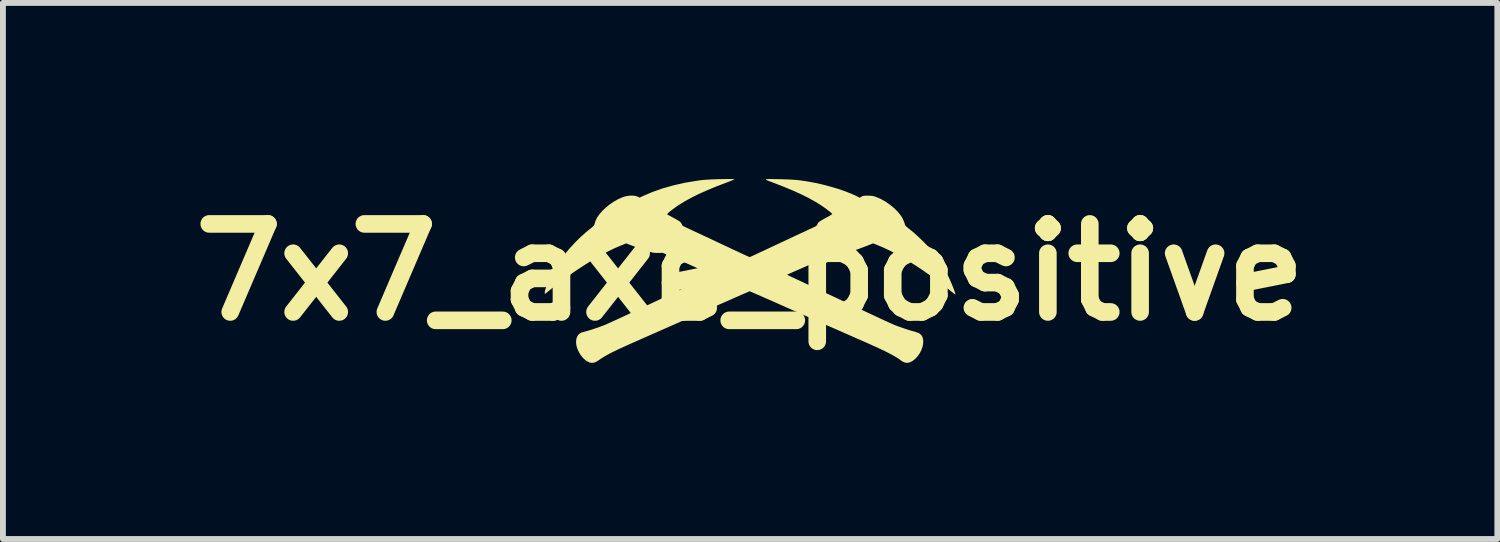
<source format=kicad_pcb>
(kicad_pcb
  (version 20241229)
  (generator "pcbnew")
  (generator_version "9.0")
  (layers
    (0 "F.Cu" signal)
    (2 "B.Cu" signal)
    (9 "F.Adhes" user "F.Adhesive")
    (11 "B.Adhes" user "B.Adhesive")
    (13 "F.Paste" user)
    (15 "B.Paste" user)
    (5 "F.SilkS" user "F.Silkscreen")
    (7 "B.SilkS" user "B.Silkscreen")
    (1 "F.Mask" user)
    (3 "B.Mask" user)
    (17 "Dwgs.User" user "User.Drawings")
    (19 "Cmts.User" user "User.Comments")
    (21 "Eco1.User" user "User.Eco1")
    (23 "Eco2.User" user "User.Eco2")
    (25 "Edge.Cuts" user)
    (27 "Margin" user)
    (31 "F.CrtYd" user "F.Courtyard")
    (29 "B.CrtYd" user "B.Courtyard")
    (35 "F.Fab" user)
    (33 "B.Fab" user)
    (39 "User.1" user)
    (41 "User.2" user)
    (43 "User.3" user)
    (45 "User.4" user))
  (footprint "7x7_axe_positive"
    (layer "F.Cu")
    (at 9.729 1.586)
    (property "Reference" "7x7_axe_positive" (at 0 0 0) (layer "F.SilkS") (effects (font (size 1.5 1.5) (thickness 0.3))))
    (attr board_only exclude_from_pos_files exclude_from_bom)
    (fp_poly (pts (xy -0.332 -1.586) (xy -0.299 -1.585) (xy -0.277 -1.584) (xy -0.268 -1.582) (xy -0.268 -1.581) (xy -0.278 -1.576) (xy -0.299 -1.567) (xy -0.331 -1.554) (xy -0.371 -1.538) (xy -0.418 -1.52) (xy -0.447 -1.509) (xy -0.605 -1.448) (xy -0.749 -1.388) (xy -0.88 -1.329) (xy -0.998 -1.27) (xy -1.105 -1.212) (xy -1.202 -1.152) (xy -1.229 -1.135) (xy -1.279 -1.1) (xy -1.323 -1.068) (xy -1.359 -1.04) (xy -1.388 -1.016) (xy -1.406 -0.998) (xy -1.413 -0.986) (xy -1.412 -0.983) (xy -1.403 -0.978) (xy -1.383 -0.967) (xy -1.354 -0.951) (xy -1.319 -0.932) (xy -1.295 -0.919) (xy -1.254 -0.896) (xy -1.223 -0.878) (xy -1.202 -0.864) (xy -1.187 -0.851) (xy -1.177 -0.839) (xy -1.169 -0.825) (xy -1.168 -0.824) (xy -1.149 -0.788) (xy -0.786 -0.618) (xy -0.664 -0.561) (xy -0.556 -0.51) (xy -0.46 -0.465) (xy -0.376 -0.426) (xy -0.303 -0.391) (xy -0.24 -0.362) (xy -0.186 -0.337) (xy -0.142 -0.316) (xy -0.105 -0.299) (xy -0.076 -0.286) (xy -0.053 -0.275) (xy -0.035 -0.268) (xy -0.023 -0.262) (xy -0.015 -0.259) (xy -0.01 -0.257) (xy -0.008 -0.257) (xy 0.000295 -0.26) (xy 0.021 -0.269) (xy 0.054 -0.284) (xy 0.097 -0.304) (xy 0.15 -0.329) (xy 0.212 -0.357) (xy 0.281 -0.39) (xy 0.356 -0.425) (xy 0.437 -0.463) (xy 0.521 -0.502) (xy 0.522 -0.503) (xy 0.608 -0.543) (xy 0.691 -0.582) (xy 0.769 -0.619) (xy 0.842 -0.653) (xy 0.908 -0.683) (xy 0.965 -0.71) (xy 1.014 -0.733) (xy 1.052 -0.75) (xy 1.078 -0.763) (xy 1.091 -0.768) (xy 1.118 -0.782) (xy 1.134 -0.795) (xy 1.143 -0.81) (xy 1.144 -0.813) (xy 1.15 -0.828) (xy 1.159 -0.841) (xy 1.172 -0.855) (xy 1.193 -0.869) (xy 1.222 -0.887) (xy 1.262 -0.91) (xy 1.293 -0.927) (xy 1.33 -0.947) (xy 1.36 -0.964) (xy 1.383 -0.978) (xy 1.396 -0.987) (xy 1.398 -0.99) (xy 1.39 -1) (xy 1.371 -1.017) (xy 1.344 -1.04) (xy 1.31 -1.066) (xy 1.272 -1.094) (xy 1.231 -1.123) (xy 1.206 -1.14) (xy 1.105 -1.202) (xy 0.99 -1.266) (xy 0.859 -1.331) (xy 0.714 -1.396) (xy 0.554 -1.462) (xy 0.389 -1.526) (xy 0.343 -1.543) (xy 0.307 -1.557) (xy 0.282 -1.567) (xy 0.269 -1.575) (xy 0.268 -1.58) (xy 0.279 -1.584) (xy 0.304 -1.585) (xy 0.343 -1.586) (xy 0.396 -1.585) (xy 0.463 -1.584) (xy 0.475 -1.584) (xy 0.567 -1.582) (xy 0.648 -1.579) (xy 0.721 -1.575) (xy 0.79 -1.57) (xy 0.859 -1.562) (xy 0.931 -1.552) (xy 1.011 -1.539) (xy 1.031 -1.535) (xy 1.141 -1.514) (xy 1.256 -1.487) (xy 1.372 -1.456) (xy 1.487 -1.422) (xy 1.596 -1.385) (xy 1.698 -1.346) (xy 1.789 -1.307) (xy 1.829 -1.287) (xy 1.866 -1.268) (xy 1.896 -1.286) (xy 1.911 -1.294) (xy 1.928 -1.299) (xy 1.949 -1.302) (xy 1.979 -1.303) (xy 2.007 -1.303) (xy 2.048 -1.302) (xy 2.08 -1.299) (xy 2.107 -1.293) (xy 2.136 -1.284) (xy 2.147 -1.28) (xy 2.226 -1.246) (xy 2.303 -1.203) (xy 2.377 -1.152) (xy 2.445 -1.097) (xy 2.506 -1.038) (xy 2.557 -0.977) (xy 2.597 -0.915) (xy 2.621 -0.86) (xy 2.63 -0.834) (xy 2.636 -0.812) (xy 2.638 -0.802) (xy 2.644 -0.793) (xy 2.66 -0.777) (xy 2.685 -0.756) (xy 2.714 -0.732) (xy 2.721 -0.727) (xy 2.759 -0.697) (xy 2.804 -0.658) (xy 2.854 -0.612) (xy 2.907 -0.562) (xy 2.96 -0.51) (xy 3.01 -0.459) (xy 3.055 -0.412) (xy 3.091 -0.37) (xy 3.105 -0.354) (xy 3.156 -0.287) (xy 3.21 -0.209) (xy 3.264 -0.126) (xy 3.314 -0.043) (xy 3.357 0.037) (xy 3.376 0.073) (xy 3.395 0.113) (xy 3.414 0.157) (xy 3.434 0.202) (xy 3.452 0.247) (xy 3.468 0.288) (xy 3.481 0.325) (xy 3.491 0.354) (xy 3.496 0.373) (xy 3.496 0.381) (xy 3.496 0.381) (xy 3.489 0.377) (xy 3.471 0.364) (xy 3.446 0.344) (xy 3.413 0.319) (xy 3.376 0.289) (xy 3.365 0.281) (xy 3.221 0.169) (xy 3.076 0.063) (xy 2.932 -0.038) (xy 2.79 -0.131) (xy 2.651 -0.217) (xy 2.517 -0.294) (xy 2.389 -0.362) (xy 2.268 -0.419) (xy 2.175 -0.458) (xy 2.095 -0.49) (xy 1.956 -0.436) (xy 1.884 -0.409) (xy 1.824 -0.387) (xy 1.774 -0.369) (xy 1.733 -0.356) (xy 1.697 -0.346) (xy 1.666 -0.339) (xy 1.636 -0.334) (xy 1.605 -0.331) (xy 1.572 -0.33) (xy 1.564 -0.329) (xy 1.466 -0.327) (xy 1.21 -0.213) (xy 1.142 -0.183) (xy 1.07 -0.152) (xy 0.998 -0.12) (xy 0.93 -0.09) (xy 0.868 -0.062) (xy 0.815 -0.039) (xy 0.794 -0.03) (xy 0.747 -0.01) (xy 0.706 0.009) (xy 0.672 0.024) (xy 0.647 0.035) (xy 0.633 0.042) (xy 0.631 0.043) (xy 0.636 0.048) (xy 0.652 0.056) (xy 0.675 0.068) (xy 0.678 0.069) (xy 0.698 0.078) (xy 0.73 0.093) (xy 0.771 0.112) (xy 0.819 0.135) (xy 0.872 0.159) (xy 0.922 0.183) (xy 1.118 0.275) (xy 1.301 0.361) (xy 1.47 0.44) (xy 1.625 0.513) (xy 1.766 0.579) (xy 1.894 0.639) (xy 2.009 0.693) (xy 2.111 0.74) (xy 2.199 0.782) (xy 2.275 0.817) (xy 2.337 0.845) (xy 2.387 0.868) (xy 2.425 0.885) (xy 2.45 0.896) (xy 2.458 0.9) (xy 2.506 0.918) (xy 2.563 0.938) (xy 2.623 0.959) (xy 2.683 0.979) (xy 2.738 0.996) (xy 2.784 1.009) (xy 2.797 1.012) (xy 2.83 1.022) (xy 2.861 1.034) (xy 2.885 1.045) (xy 2.887 1.046) (xy 2.918 1.075) (xy 2.938 1.113) (xy 2.948 1.158) (xy 2.948 1.209) (xy 2.939 1.263) (xy 2.92 1.319) (xy 2.893 1.374) (xy 2.858 1.426) (xy 2.814 1.475) (xy 2.81 1.479) (xy 2.762 1.516) (xy 2.715 1.539) (xy 2.67 1.546) (xy 2.625 1.537) (xy 2.58 1.513) (xy 2.572 1.507) (xy 2.528 1.474) (xy 2.471 1.439) (xy 2.401 1.4) (xy 2.318 1.357) (xy 2.22 1.31) (xy 2.109 1.259) (xy 2.034 1.225) (xy 1.937 1.182) (xy 1.852 1.145) (xy 1.779 1.113) (xy 1.716 1.085) (xy 1.662 1.061) (xy 1.615 1.041) (xy 1.574 1.022) (xy 1.538 1.006) (xy 1.504 0.992) (xy 1.473 0.978) (xy 1.441 0.964) (xy 1.416 0.953) (xy 1.37 0.933) (xy 1.313 0.908) (xy 1.25 0.88) (xy 1.185 0.851) (xy 1.12 0.822) (xy 1.081 0.805) (xy 0.955 0.749) (xy 0.823 0.691) (xy 0.689 0.632) (xy 0.556 0.573) (xy 0.428 0.516) (xy 0.308 0.463) (xy 0.2 0.416) (xy -0.008 0.325) (xy -0.084 0.358) (xy -0.147 0.385) (xy -0.214 0.415) (xy -0.283 0.445) (xy -0.352 0.476) (xy -0.42 0.506) (xy -0.485 0.534) (xy -0.544 0.56) (xy -0.596 0.583) (xy -0.639 0.602) (xy -0.67 0.616) (xy -0.685 0.622) (xy -0.712 0.634) (xy -0.742 0.648) (xy -0.776 0.663) (xy -0.815 0.68) (xy -0.861 0.701) (xy -0.915 0.724) (xy -0.978 0.752) (xy -1.051 0.784) (xy -1.136 0.822) (xy -1.234 0.865) (xy -1.245 0.87) (xy -1.31 0.899) (xy -1.368 0.924) (xy -1.419 0.947) (xy -1.466 0.967) (xy -1.51 0.987) (xy -1.554 1.006) (xy -1.598 1.026) (xy -1.645 1.046) (xy -1.697 1.069) (xy -1.755 1.095) (xy -1.821 1.124) (xy -1.897 1.158) (xy -1.986 1.197) (xy -2.019 1.211) (xy -2.129 1.261) (xy -2.226 1.305) (xy -2.311 1.346) (xy -2.384 1.382) (xy -2.446 1.416) (xy -2.499 1.447) (xy -2.544 1.475) (xy -2.546 1.477) (xy -2.574 1.496) (xy -2.6 1.513) (xy -2.619 1.525) (xy -2.621 1.527) (xy -2.653 1.54) (xy -2.691 1.545) (xy -2.728 1.541) (xy -2.739 1.538) (xy -2.793 1.51) (xy -2.843 1.467) (xy -2.888 1.411) (xy -2.924 1.35) (xy -2.948 1.294) (xy -2.961 1.243) (xy -2.966 1.19) (xy -2.966 1.186) (xy -2.96 1.132) (xy -2.942 1.087) (xy -2.913 1.052) (xy -2.872 1.028) (xy -2.828 1.016) (xy -2.805 1.01) (xy -2.77 1) (xy -2.726 0.987) (xy -2.677 0.971) (xy -2.625 0.954) (xy -2.573 0.936) (xy -2.525 0.918) (xy -2.493 0.906) (xy -2.47 0.897) (xy -2.435 0.881) (xy -2.388 0.86) (xy -2.333 0.835) (xy -2.269 0.806) (xy -2.2 0.774) (xy -2.126 0.74) (xy -2.05 0.704) (xy -1.999 0.681) (xy -1.865 0.617) (xy -1.73 0.554) (xy -1.596 0.491) (xy -1.465 0.429) (xy -1.337 0.37) (xy -1.216 0.313) (xy -1.102 0.259) (xy -0.997 0.21) (xy -0.902 0.166) (xy -0.82 0.128) (xy -0.817 0.126) (xy -0.771 0.105) (xy -0.729 0.085) (xy -0.695 0.069) (xy -0.669 0.056) (xy -0.654 0.049) (xy -0.652 0.047) (xy -0.657 0.043) (xy -0.674 0.033) (xy -0.702 0.019) (xy -0.739 0.002) (xy -0.782 -0.018) (xy -0.807 -0.029) (xy -0.855 -0.05) (xy -0.913 -0.075) (xy -0.979 -0.104) (xy -1.05 -0.136) (xy -1.123 -0.168) (xy -1.194 -0.199) (xy -1.228 -0.214) (xy -1.488 -0.329) (xy -1.567 -0.327) (xy -1.604 -0.327) (xy -1.634 -0.329) (xy -1.663 -0.334) (xy -1.696 -0.342) (xy -1.735 -0.353) (xy -1.772 -0.365) (xy -1.819 -0.381) (xy -1.872 -0.4) (xy -1.926 -0.419) (xy -1.968 -0.435) (xy -2.112 -0.49) (xy -2.201 -0.454) (xy -2.315 -0.405) (xy -2.437 -0.345) (xy -2.567 -0.275) (xy -2.701 -0.197) (xy -2.839 -0.11) (xy -2.98 -0.017) (xy -3.121 0.082) (xy -3.261 0.185) (xy -3.398 0.293) (xy -3.419 0.31) (xy -3.497 0.373) (xy -3.499 0.351) (xy -3.497 0.327) (xy -3.488 0.291) (xy -3.471 0.246) (xy -3.45 0.194) (xy -3.423 0.136) (xy -3.393 0.074) (xy -3.36 0.01) (xy -3.325 -0.053) (xy -3.288 -0.116) (xy -3.252 -0.174) (xy -3.228 -0.21) (xy -3.156 -0.308) (xy -3.073 -0.407) (xy -2.982 -0.506) (xy -2.887 -0.6) (xy -2.791 -0.685) (xy -2.757 -0.713) (xy -2.719 -0.743) (xy -2.691 -0.766) (xy -2.672 -0.784) (xy -2.661 -0.797) (xy -2.654 -0.809) (xy -2.65 -0.82) (xy -2.65 -0.823) (xy -2.634 -0.876) (xy -2.606 -0.933) (xy -2.565 -0.99) (xy -2.515 -1.047) (xy -2.456 -1.103) (xy -2.391 -1.155) (xy -2.322 -1.202) (xy -2.249 -1.243) (xy -2.174 -1.276) (xy -2.151 -1.284) (xy -2.104 -1.296) (xy -2.052 -1.303) (xy -2.002 -1.304) (xy -1.956 -1.299) (xy -1.919 -1.288) (xy -1.916 -1.287) (xy -1.883 -1.27) (xy -1.834 -1.293) (xy -1.669 -1.364) (xy -1.493 -1.426) (xy -1.306 -1.479) (xy -1.11 -1.523) (xy -0.906 -1.557) (xy -0.825 -1.568) (xy -0.792 -1.571) (xy -0.75 -1.574) (xy -0.702 -1.577) (xy -0.648 -1.58) (xy -0.591 -1.582) (xy -0.534 -1.584) (xy -0.477 -1.585) (xy -0.423 -1.586) (xy -0.374 -1.586)) (stroke (width 0) (type solid)) (fill yes) (layer "F.SilkS")))
  (gr_rect
    (start -3 -3)
    (end 22.457 6.132)
    (stroke (width 0.1) (type default))
    (fill no)
    (layer "Edge.Cuts")))
</source>
